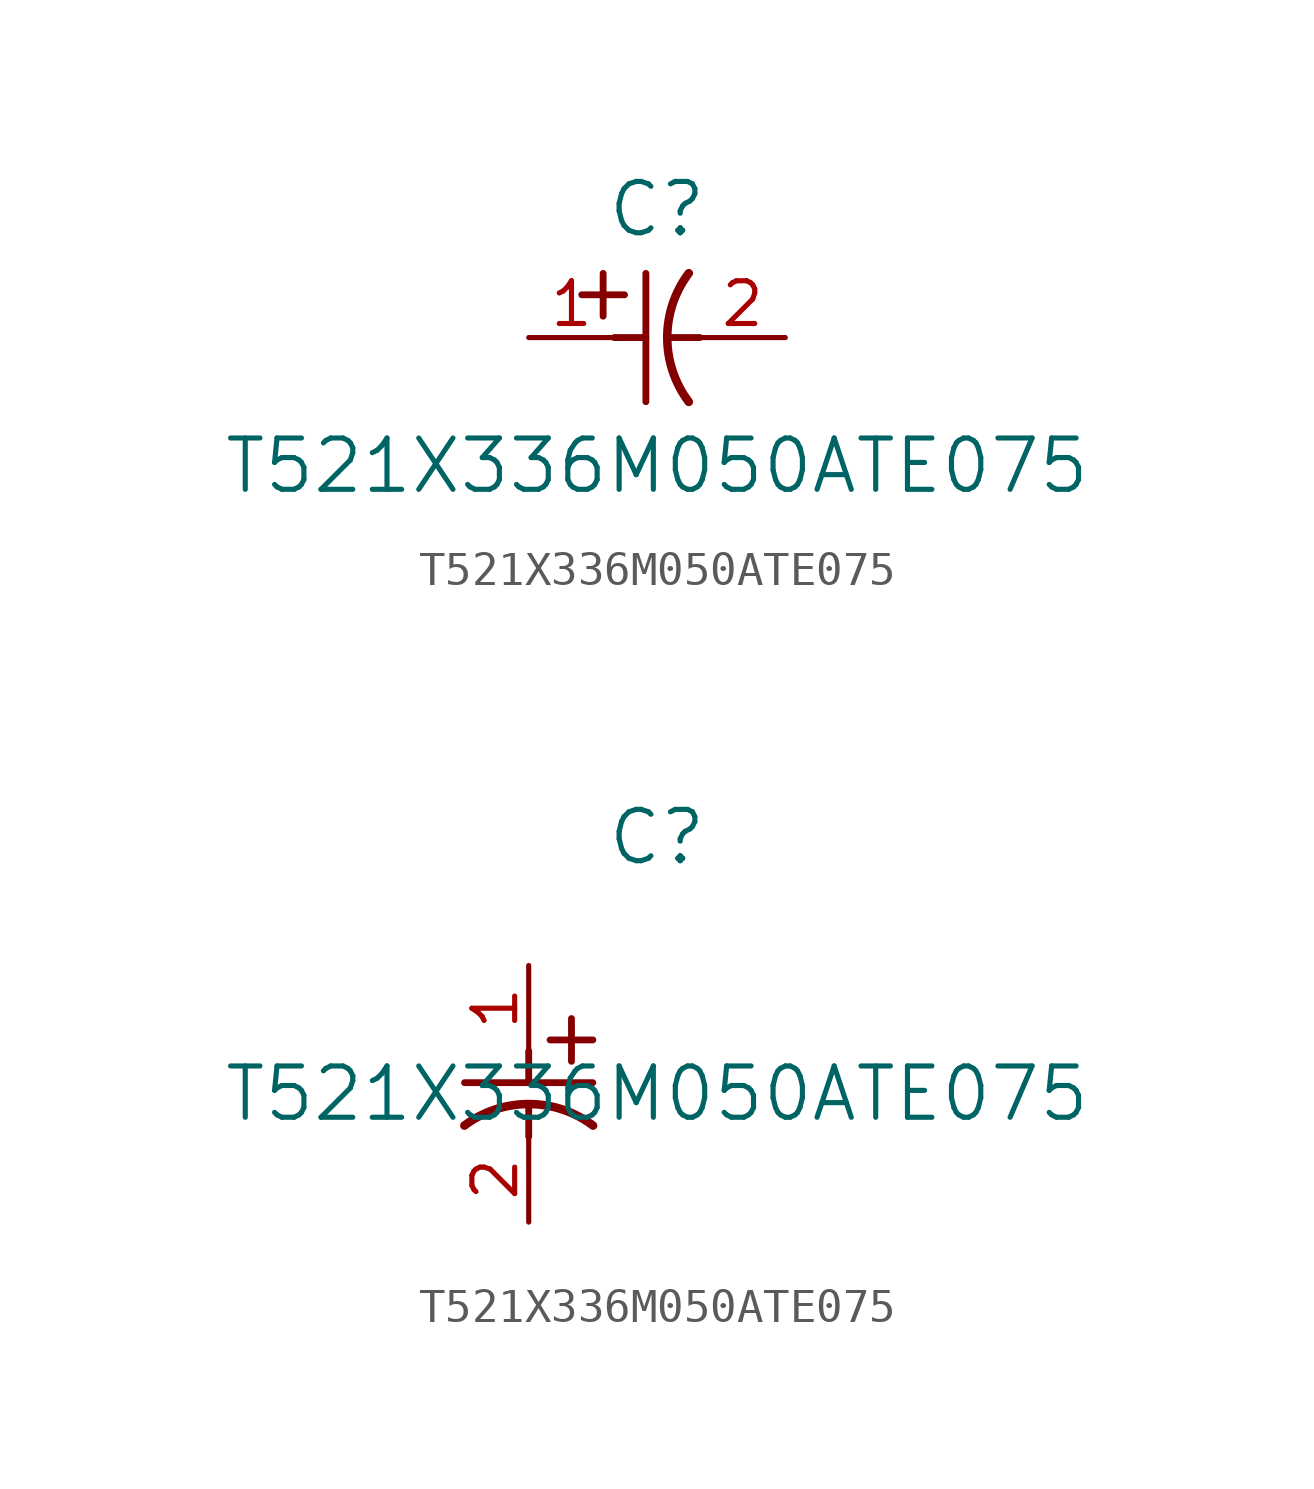
<source format=kicad_sym>
(kicad_symbol_lib
  (version 20211014)
  (generator kicad_symbol_editor)
  (symbol "T521X336M050ATE075"
    (pin_names
      (offset 0.254))
    (property "Reference" "C"
      (at 3.81 3.81 0)
      (effects (font (size 1.524 1.524))))
    (property "Value" "T521X336M050ATE075"
      (at 3.81 -3.81 0)
      (effects (font (size 1.524 1.524))))
    (symbol "T521X336M050ATE075_1_1"
      (polyline (pts (xy 2.21 0.635) (xy 2.21 1.905)) (stroke (width 0.203) (type default) (color 0 0 0 0)) (fill (type none)))
      (arc (start 4.754132 1.910763) (mid 4.1148 0) (end 4.754132 -1.910763) (stroke (width 0.254) (type default) (color 0 0 0 0)) (fill (type none)))
      (polyline (pts (xy 4.115 0) (xy 5.08 0)) (stroke (width 0.203) (type default) (color 0 0 0 0)) (fill (type none)))
      (polyline (pts (xy 3.48 -1.905) (xy 3.48 1.905)) (stroke (width 0.203) (type default) (color 0 0 0 0)) (fill (type none)))
      (polyline (pts (xy 1.575 1.27) (xy 2.845 1.27)) (stroke (width 0.203) (type default) (color 0 0 0 0)) (fill (type none)))
      (polyline (pts (xy 2.54 0) (xy 3.48 0)) (stroke (width 0.203) (type default) (color 0 0 0 0)) (fill (type none)))
      (pin unspecified line (at 0 0 0) (length 2.54) (name "" (effects (font (size 1.27 1.27)))) (number "1" (effects (font (size 1.27 1.27)))))
      (pin unspecified line (at 7.62 0 180) (length 2.54) (name "" (effects (font (size 1.27 1.27)))) (number "2" (effects (font (size 1.27 1.27))))))
    (symbol "T521X336M050ATE075_1_2"
      (polyline (pts (xy 0 -2.54) (xy 0 -3.48)) (stroke (width 0.203) (type default) (color 0 0 0 0)) (fill (type none)))
      (arc (start 1.910763 -4.754132) (mid 0 -4.1148) (end -1.910763 -4.754132) (stroke (width 0.254) (type default) (color 0 0 0 0)) (fill (type none)))
      (polyline (pts (xy -1.905 -3.48) (xy 1.905 -3.48)) (stroke (width 0.203) (type default) (color 0 0 0 0)) (fill (type none)))
      (polyline (pts (xy 0.635 -2.21) (xy 1.905 -2.21)) (stroke (width 0.203) (type default) (color 0 0 0 0)) (fill (type none)))
      (polyline (pts (xy 1.27 -1.575) (xy 1.27 -2.845)) (stroke (width 0.203) (type default) (color 0 0 0 0)) (fill (type none)))
      (polyline (pts (xy 0 -4.115) (xy 0 -5.08)) (stroke (width 0.203) (type default) (color 0 0 0 0)) (fill (type none)))
      (pin unspecified line (at 0 0 270) (length 2.54) (name "" (effects (font (size 1.27 1.27)))) (number "1" (effects (font (size 1.27 1.27)))))
      (pin unspecified line (at 0 -7.62 90) (length 2.54) (name "" (effects (font (size 1.27 1.27)))) (number "2" (effects (font (size 1.27 1.27))))))))
</source>
